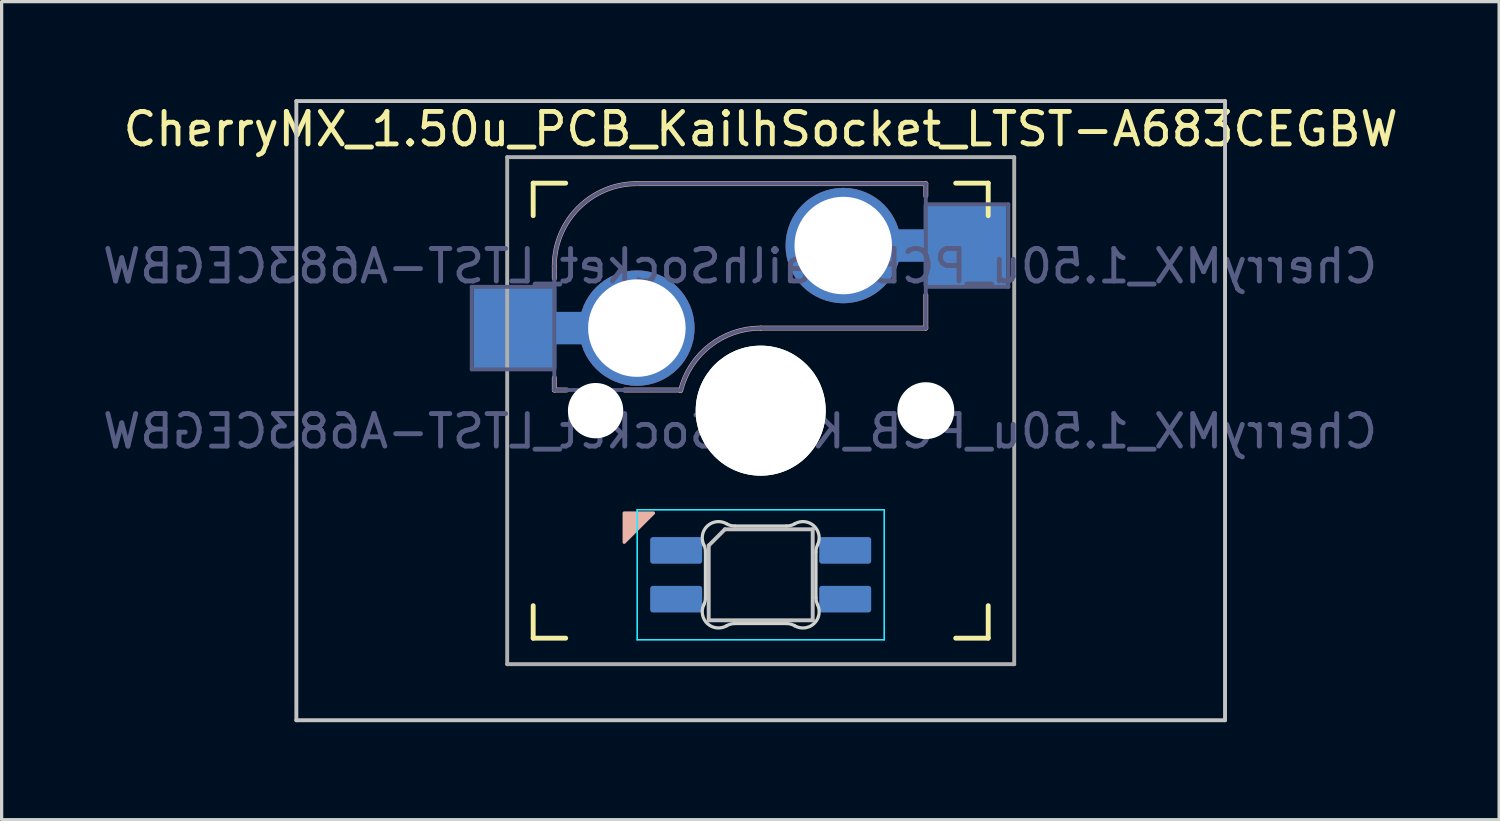
<source format=kicad_pcb>
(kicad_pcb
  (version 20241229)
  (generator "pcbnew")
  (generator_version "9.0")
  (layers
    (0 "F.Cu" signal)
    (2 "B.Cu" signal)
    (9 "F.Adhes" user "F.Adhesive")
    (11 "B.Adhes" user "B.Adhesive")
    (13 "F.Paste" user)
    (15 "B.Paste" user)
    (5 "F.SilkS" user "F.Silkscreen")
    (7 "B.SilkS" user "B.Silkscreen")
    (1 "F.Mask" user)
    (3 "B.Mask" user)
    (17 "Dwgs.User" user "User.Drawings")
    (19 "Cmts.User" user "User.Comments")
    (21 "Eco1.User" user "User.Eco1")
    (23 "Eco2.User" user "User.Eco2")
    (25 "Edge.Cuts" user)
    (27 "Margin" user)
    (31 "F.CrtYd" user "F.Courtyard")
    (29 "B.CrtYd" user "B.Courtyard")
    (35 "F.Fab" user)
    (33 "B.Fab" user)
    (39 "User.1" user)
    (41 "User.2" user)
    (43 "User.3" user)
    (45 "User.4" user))
  (footprint "CherryMX_1.50u_PCB_KailhSocket_LTST-A683CEGBW"
    (layer "F.Cu")
    (at 20.355 9.585)
    (property "Reference" "CherryMX_1.50u_PCB_KailhSocket_LTST-A683CEGBW" (at 0 -8.662 0) (layer "F.SilkS") (effects (font (size 1 1) (thickness 0.15))))
    (property "Value" "CherryMX_1.50u_PCB_KailhSocket_LTST-A683CEGBW" (at 0 8.662 0) (layer "F.Fab") (hide yes) (effects (font (size 1 1) (thickness 0.15))))
    (attr through_hole)
    (fp_line (start -7 -6) (end -7 -7) (stroke (width 0.15) (type solid)) (layer "F.SilkS"))
    (fp_line (start -7 7) (end -7 6) (stroke (width 0.15) (type solid)) (layer "F.SilkS"))
    (fp_line (start -7 7) (end -6 7) (stroke (width 0.15) (type solid)) (layer "F.SilkS"))
    (fp_line (start -6 -7) (end -7 -7) (stroke (width 0.15) (type solid)) (layer "F.SilkS"))
    (fp_line (start 6 7) (end 7 7) (stroke (width 0.15) (type solid)) (layer "F.SilkS"))
    (fp_line (start 7 -7) (end 6 -7) (stroke (width 0.15) (type solid)) (layer "F.SilkS"))
    (fp_line (start 7 -7) (end 7 -6) (stroke (width 0.15) (type solid)) (layer "F.SilkS"))
    (fp_line (start 7 6) (end 7 7) (stroke (width 0.15) (type solid)) (layer "F.SilkS"))
    (fp_line (start -6.35 -4.445) (end -6.35 -4.064) (stroke (width 0.15) (type solid)) (layer "B.SilkS"))
    (fp_line (start -6.35 -1.016) (end -6.35 -0.635) (stroke (width 0.15) (type solid)) (layer "B.SilkS"))
    (fp_line (start -5.969 -0.635) (end -6.35 -0.635) (stroke (width 0.15) (type solid)) (layer "B.SilkS"))
    (fp_line (start -3.81 -6.985) (end 5.08 -6.985) (stroke (width 0.15) (type solid)) (layer "B.SilkS"))
    (fp_line (start -2.464 -0.635) (end -4.191 -0.635) (stroke (width 0.15) (type solid)) (layer "B.SilkS"))
    (fp_line (start 5.08 -6.985) (end 5.08 -6.604) (stroke (width 0.15) (type solid)) (layer "B.SilkS"))
    (fp_line (start 5.08 -3.556) (end 5.08 -2.54) (stroke (width 0.15) (type solid)) (layer "B.SilkS"))
    (fp_line (start 5.08 -2.54) (end 0 -2.54) (stroke (width 0.15) (type solid)) (layer "B.SilkS"))
    (fp_arc (start -6.35 -4.445) (mid -5.606051 -6.241051) (end -3.81 -6.985) (stroke (width 0.15) (type solid)) (layer "B.SilkS"))
    (fp_arc (start -2.464162 -0.61604) (mid -1.563147 -2.002042) (end 0 -2.54) (stroke (width 0.15) (type solid)) (layer "B.SilkS"))
    (fp_poly (pts (xy -4.2 4.05) (xy -3.3 3.15) (xy -4.2 3.15)) (stroke (width 0.1) (type solid)) (fill yes) (layer "B.SilkS"))
    (fp_line (start -14.287 -9.525) (end 14.287 -9.525) (stroke (width 0.12) (type solid)) (layer "Dwgs.User"))
    (fp_line (start -14.287 9.525) (end -14.287 -9.525) (stroke (width 0.12) (type solid)) (layer "Dwgs.User"))
    (fp_line (start -1.6 4.15) (end -1.6 6.45) (stroke (width 0.12) (type solid)) (layer "Dwgs.User"))
    (fp_line (start -1.6 4.15) (end -1.1 3.65) (stroke (width 0.12) (type solid)) (layer "Dwgs.User"))
    (fp_line (start -1.6 6.45) (end 1.6 6.45) (stroke (width 0.12) (type solid)) (layer "Dwgs.User"))
    (fp_line (start 1.6 3.65) (end -1.1 3.65) (stroke (width 0.12) (type solid)) (layer "Dwgs.User"))
    (fp_line (start 1.6 6.45) (end 1.6 3.65) (stroke (width 0.12) (type solid)) (layer "Dwgs.User"))
    (fp_line (start 14.287 -9.525) (end 14.287 9.525) (stroke (width 0.12) (type solid)) (layer "Dwgs.User"))
    (fp_line (start 14.287 9.525) (end -14.287 9.525) (stroke (width 0.12) (type solid)) (layer "Dwgs.User"))
    (fp_line (start -6.9 6.9) (end -6.9 -6.9) (stroke (width 0.15) (type solid)) (layer "Eco2.User"))
    (fp_line (start -6.9 6.9) (end 6.9 6.9) (stroke (width 0.15) (type solid)) (layer "Eco2.User"))
    (fp_line (start 6.9 -6.9) (end -6.9 -6.9) (stroke (width 0.15) (type solid)) (layer "Eco2.User"))
    (fp_line (start 6.9 -6.9) (end 6.9 6.9) (stroke (width 0.15) (type solid)) (layer "Eco2.User"))
    (fp_line (start -1.7 5.753) (end -1.7 4.347) (stroke (width 0.1) (type solid)) (layer "Edge.Cuts"))
    (fp_line (start -0.794 3.55) (end 0.794 3.55) (stroke (width 0.1) (type solid)) (layer "Edge.Cuts"))
    (fp_line (start 0.794 6.55) (end -0.794 6.55) (stroke (width 0.1) (type solid)) (layer "Edge.Cuts"))
    (fp_line (start 1.7 4.347) (end 1.7 5.753) (stroke (width 0.1) (type solid)) (layer "Edge.Cuts"))
    (fp_arc (start -1.749484 4.13028) (mid -1.712527 4.235932) (end -1.699999 4.347158) (stroke (width 0.1) (type solid)) (layer "Edge.Cuts"))
    (fp_arc (start -1.749484 4.130281) (mid -1.638072 3.545965) (end -1.046711 3.481701) (stroke (width 0.1) (type solid)) (layer "Edge.Cuts"))
    (fp_arc (start -1.699999 5.752843) (mid -1.712527 5.864068) (end -1.749484 5.96972) (stroke (width 0.1) (type solid)) (layer "Edge.Cuts"))
    (fp_arc (start -1.046711 6.618298) (mid -1.63807 6.554034) (end -1.749484 5.96972) (stroke (width 0.1) (type solid)) (layer "Edge.Cuts"))
    (fp_arc (start -1.046711 6.618298) (mid -0.925123 6.567376) (end -0.794453 6.549999) (stroke (width 0.1) (type solid)) (layer "Edge.Cuts"))
    (fp_arc (start -0.794452 3.55) (mid -0.925123 3.532623) (end -1.046711 3.481701) (stroke (width 0.1) (type solid)) (layer "Edge.Cuts"))
    (fp_arc (start 0.794453 6.55) (mid 0.925123 6.567377) (end 1.046711 6.618299) (stroke (width 0.1) (type solid)) (layer "Edge.Cuts"))
    (fp_arc (start 1.04671 3.481701) (mid 0.925122 3.532623) (end 0.794452 3.55) (stroke (width 0.1) (type solid)) (layer "Edge.Cuts"))
    (fp_arc (start 1.046711 3.481703) (mid 1.63807 3.545966) (end 1.749484 4.13028) (stroke (width 0.1) (type solid)) (layer "Edge.Cuts"))
    (fp_arc (start 1.699999 4.347157) (mid 1.712527 4.235932) (end 1.749484 4.13028) (stroke (width 0.1) (type solid)) (layer "Edge.Cuts"))
    (fp_arc (start 1.749484 5.96972) (mid 1.638071 6.554035) (end 1.046711 6.618299) (stroke (width 0.1) (type solid)) (layer "Edge.Cuts"))
    (fp_arc (start 1.749484 5.96972) (mid 1.712527 5.864068) (end 1.699999 5.752842) (stroke (width 0.1) (type solid)) (layer "Edge.Cuts"))
    (fp_line (start -3.8 3.05) (end -3.8 7.05) (stroke (width 0.05) (type solid)) (layer "B.CrtYd"))
    (fp_line (start -3.8 7.05) (end 3.8 7.05) (stroke (width 0.05) (type solid)) (layer "B.CrtYd"))
    (fp_line (start 3.8 3.05) (end -3.8 3.05) (stroke (width 0.05) (type solid)) (layer "B.CrtYd"))
    (fp_line (start 3.8 7.05) (end 3.8 3.05) (stroke (width 0.05) (type solid)) (layer "B.CrtYd"))
    (fp_line (start -8.89 -3.81) (end -6.35 -3.81) (stroke (width 0.12) (type solid)) (layer "B.Fab"))
    (fp_line (start -8.89 -1.27) (end -8.89 -3.81) (stroke (width 0.12) (type solid)) (layer "B.Fab"))
    (fp_line (start -6.35 -1.27) (end -8.89 -1.27) (stroke (width 0.12) (type solid)) (layer "B.Fab"))
    (fp_line (start -6.35 -0.635) (end -6.35 -4.445) (stroke (width 0.12) (type solid)) (layer "B.Fab"))
    (fp_line (start -6.35 -0.635) (end -2.54 -0.635) (stroke (width 0.12) (type solid)) (layer "B.Fab"))
    (fp_line (start -3.81 -6.985) (end 5.08 -6.985) (stroke (width 0.12) (type solid)) (layer "B.Fab"))
    (fp_line (start 5.08 -6.985) (end 5.08 -2.54) (stroke (width 0.12) (type solid)) (layer "B.Fab"))
    (fp_line (start 5.08 -6.35) (end 7.62 -6.35) (stroke (width 0.12) (type solid)) (layer "B.Fab"))
    (fp_line (start 5.08 -2.54) (end 0 -2.54) (stroke (width 0.12) (type solid)) (layer "B.Fab"))
    (fp_line (start 7.62 -6.35) (end 7.62 -3.81) (stroke (width 0.12) (type solid)) (layer "B.Fab"))
    (fp_line (start 7.62 -3.81) (end 5.08 -3.81) (stroke (width 0.12) (type solid)) (layer "B.Fab"))
    (fp_arc (start -6.35 -4.445) (mid -5.606051 -6.241051) (end -3.81 -6.985) (stroke (width 0.12) (type solid)) (layer "B.Fab"))
    (fp_arc (start -2.464162 -0.61604) (mid -1.563147 -2.002042) (end 0 -2.54) (stroke (width 0.12) (type solid)) (layer "B.Fab"))
    (fp_line (start -7.8 -7.8) (end -7.8 7.8) (stroke (width 0.12) (type solid)) (layer "F.Fab"))
    (fp_line (start -7.8 -7.8) (end 7.8 -7.8) (stroke (width 0.12) (type solid)) (layer "F.Fab"))
    (fp_line (start -7.8 7.8) (end 7.8 7.8) (stroke (width 0.12) (type solid)) (layer "F.Fab"))
    (fp_line (start 7.8 -7.8) (end 7.8 7.8) (stroke (width 0.12) (type solid)) (layer "F.Fab"))
    (fp_text user "${REFERENCE}" (at -0.635 -4.445 0) (layer "B.Fab") (effects (font (size 1 1) (thickness 0.15)) (justify mirror)))
    (fp_text user "${VALUE}" (at -0.635 0.635 0) (layer "B.Fab") (effects (font (size 1 1) (thickness 0.15)) (justify mirror)))
    (pad "" np_thru_hole circle (at -5.08 0) (size 1.702 1.702) (drill 1.702) (layers "*.Cu" "*.Mask"))
    (pad "" np_thru_hole circle (at 0 0) (size 4 4) (drill 4) (layers "*.Cu" "*.Mask"))
    (pad "" np_thru_hole circle (at 0 0) (size 4 4) (drill 4) (layers "*.Cu" "*.Mask"))
    (pad "" np_thru_hole circle (at 5.08 0) (size 1.702 1.702) (drill 1.702) (layers "*.Cu" "*.Mask"))
    (pad "" np_thru_hole circle (at 5.08 0) (size 1.75 1.75) (drill 1.75) (layers "*.Cu" "*.Mask"))
    (pad "1" smd rect (at -7.56 -2.54) (size 2.55 2.5) (layers "B.Cu" "B.Mask" "B.Paste"))
    (pad "1" connect rect (at -5.715 -2.54 90) (size 1 2.5) (layers "B.Cu"))
    (pad "1" thru_hole circle (at -3.81 -2.54) (size 3.55 3.55) (drill 3) (layers "*.Cu"))
    (pad "2" thru_hole circle (at 2.54 -5.08) (size 3.55 3.55) (drill 3) (layers "*.Cu"))
    (pad "2" connect rect (at 5.015 -5.08 270) (size 1 2.5) (layers "B.Cu"))
    (pad "2" smd rect (at 6.29 -5.08) (size 2.55 2.5) (layers "B.Cu" "B.Mask" "B.Paste"))
    (pad "3" smd roundrect (at -2.6 4.3 90) (size 0.82 1.6) (layers "B.Cu" "B.Mask" "B.Paste") (roundrect_rratio 0.1))
    (pad "4" smd roundrect (at -2.6 5.8 90) (size 0.82 1.6) (layers "B.Cu" "B.Mask" "B.Paste") (roundrect_rratio 0.1))
    (pad "5" smd roundrect (at 2.6 4.3 90) (size 0.82 1.6) (layers "B.Cu" "B.Mask" "B.Paste") (roundrect_rratio 0.1))
    (pad "6" smd roundrect (at 2.6 5.8 90) (size 0.82 1.6) (layers "B.Cu" "B.Mask" "B.Paste") (roundrect_rratio 0.1)))
  (gr_rect
    (start -3 -3)
    (end 43.075 22.17)
    (stroke (width 0.1) (type default))
    (fill no)
    (layer "Edge.Cuts")))
</source>
